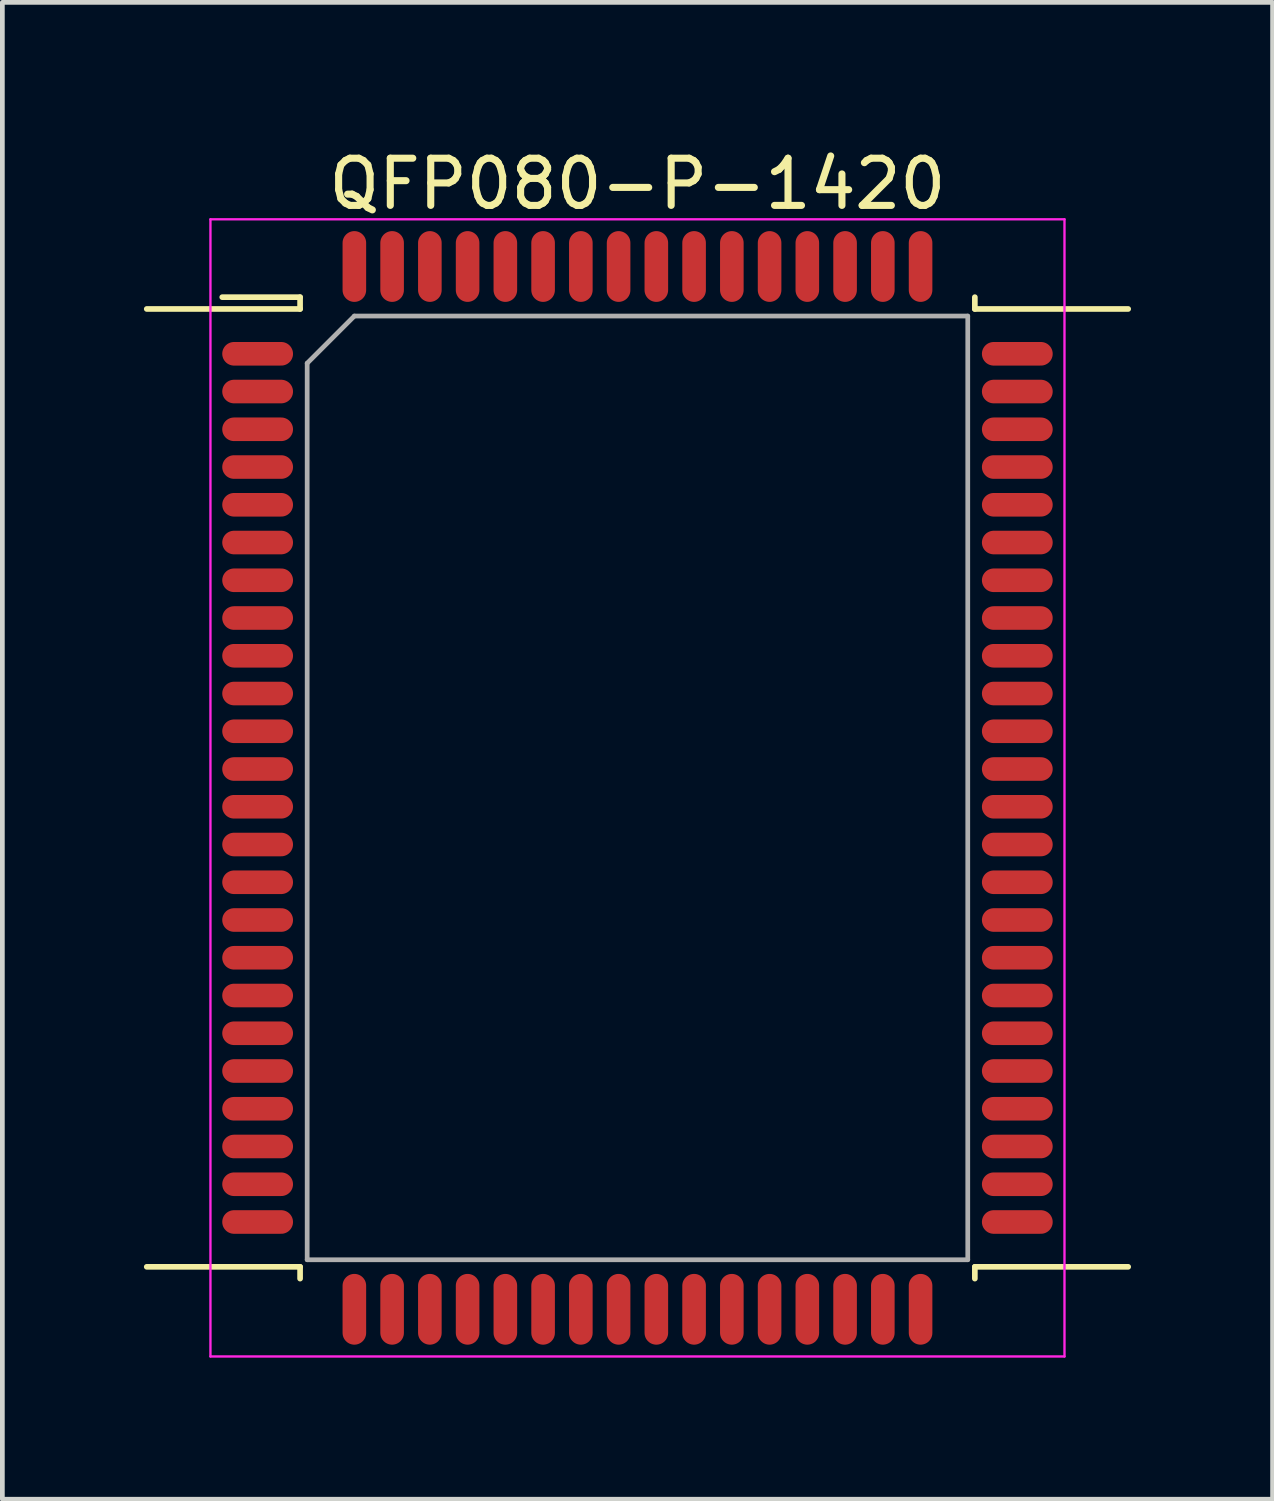
<source format=kicad_pcb>
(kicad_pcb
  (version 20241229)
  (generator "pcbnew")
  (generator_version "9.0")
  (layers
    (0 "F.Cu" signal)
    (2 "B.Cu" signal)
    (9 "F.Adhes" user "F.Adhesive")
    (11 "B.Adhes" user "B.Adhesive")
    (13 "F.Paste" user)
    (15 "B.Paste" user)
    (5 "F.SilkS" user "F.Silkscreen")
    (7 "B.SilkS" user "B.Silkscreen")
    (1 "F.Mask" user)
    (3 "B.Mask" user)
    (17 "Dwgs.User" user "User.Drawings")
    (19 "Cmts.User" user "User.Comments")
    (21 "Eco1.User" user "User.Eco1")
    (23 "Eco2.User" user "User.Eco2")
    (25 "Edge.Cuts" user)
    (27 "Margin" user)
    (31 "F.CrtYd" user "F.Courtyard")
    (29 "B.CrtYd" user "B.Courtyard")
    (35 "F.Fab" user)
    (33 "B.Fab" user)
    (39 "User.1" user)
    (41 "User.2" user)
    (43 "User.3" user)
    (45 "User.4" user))
  (footprint "QFP080-P-1420"
    (layer "F.Cu")
    (at 10.46 13.648)
    (property "Reference" "QFP080-P-1420" (at 0 -12.8 0) (layer "F.SilkS") (effects (font (size 1 1) (thickness 0.15))))
    (attr smd)
    (fp_line (start -10.4 -10.15) (end -7.15 -10.15) (stroke (width 0.12) (type default)) (layer "F.SilkS"))
    (fp_line (start -10.4 10.15) (end -7.15 10.15) (stroke (width 0.12) (type default)) (layer "F.SilkS"))
    (fp_line (start -7.15 -10.4) (end -8.8 -10.4) (stroke (width 0.12) (type default)) (layer "F.SilkS"))
    (fp_line (start -7.15 -10.15) (end -7.15 -10.4) (stroke (width 0.12) (type default)) (layer "F.SilkS"))
    (fp_line (start -7.15 10.15) (end -7.15 10.4) (stroke (width 0.12) (type default)) (layer "F.SilkS"))
    (fp_line (start 7.15 -10.15) (end 7.15 -10.4) (stroke (width 0.12) (type default)) (layer "F.SilkS"))
    (fp_line (start 7.15 10.15) (end 7.15 10.4) (stroke (width 0.12) (type default)) (layer "F.SilkS"))
    (fp_line (start 10.4 -10.15) (end 7.15 -10.15) (stroke (width 0.12) (type default)) (layer "F.SilkS"))
    (fp_line (start 10.4 10.15) (end 7.15 10.15) (stroke (width 0.12) (type default)) (layer "F.SilkS"))
    (fp_line (start -9.05 -12.05) (end 9.05 -12.05) (stroke (width 0.05) (type default)) (layer "F.CrtYd"))
    (fp_line (start -9.05 12.05) (end -9.05 -12.05) (stroke (width 0.05) (type default)) (layer "F.CrtYd"))
    (fp_line (start 9.05 -12.05) (end 9.05 12.05) (stroke (width 0.05) (type default)) (layer "F.CrtYd"))
    (fp_line (start 9.05 12.05) (end -9.05 12.05) (stroke (width 0.05) (type default)) (layer "F.CrtYd"))
    (fp_line (start -7 -9) (end -7 10) (stroke (width 0.1) (type default)) (layer "F.Fab"))
    (fp_line (start -7 10) (end 7 10) (stroke (width 0.1) (type default)) (layer "F.Fab"))
    (fp_line (start -6 -10) (end -7 -9) (stroke (width 0.1) (type default)) (layer "F.Fab"))
    (fp_line (start 7 -10) (end -6 -10) (stroke (width 0.1) (type default)) (layer "F.Fab"))
    (fp_line (start 7 10) (end 7 -10) (stroke (width 0.1) (type default)) (layer "F.Fab"))
    (pad "1" smd oval (at -8.05 -9.2 90) (size 0.5 1.5) (layers "F.Cu" "F.Mask" "F.Paste"))
    (pad "2" smd oval (at -8.05 -8.4 90) (size 0.5 1.5) (layers "F.Cu" "F.Mask" "F.Paste"))
    (pad "3" smd oval (at -8.05 -7.6 90) (size 0.5 1.5) (layers "F.Cu" "F.Mask" "F.Paste"))
    (pad "4" smd oval (at -8.05 -6.8 90) (size 0.5 1.5) (layers "F.Cu" "F.Mask" "F.Paste"))
    (pad "5" smd oval (at -8.05 -6 90) (size 0.5 1.5) (layers "F.Cu" "F.Mask" "F.Paste"))
    (pad "6" smd oval (at -8.05 -5.2 90) (size 0.5 1.5) (layers "F.Cu" "F.Mask" "F.Paste"))
    (pad "7" smd oval (at -8.05 -4.4 90) (size 0.5 1.5) (layers "F.Cu" "F.Mask" "F.Paste"))
    (pad "8" smd oval (at -8.05 -3.6 90) (size 0.5 1.5) (layers "F.Cu" "F.Mask" "F.Paste"))
    (pad "9" smd oval (at -8.05 -2.8 90) (size 0.5 1.5) (layers "F.Cu" "F.Mask" "F.Paste"))
    (pad "10" smd oval (at -8.05 -2 90) (size 0.5 1.5) (layers "F.Cu" "F.Mask" "F.Paste"))
    (pad "11" smd oval (at -8.05 -1.2 90) (size 0.5 1.5) (layers "F.Cu" "F.Mask" "F.Paste"))
    (pad "12" smd oval (at -8.05 -0.4 90) (size 0.5 1.5) (layers "F.Cu" "F.Mask" "F.Paste"))
    (pad "13" smd oval (at -8.05 0.4 90) (size 0.5 1.5) (layers "F.Cu" "F.Mask" "F.Paste"))
    (pad "14" smd oval (at -8.05 1.2 90) (size 0.5 1.5) (layers "F.Cu" "F.Mask" "F.Paste"))
    (pad "15" smd oval (at -8.05 2 90) (size 0.5 1.5) (layers "F.Cu" "F.Mask" "F.Paste"))
    (pad "16" smd oval (at -8.05 2.8 90) (size 0.5 1.5) (layers "F.Cu" "F.Mask" "F.Paste"))
    (pad "17" smd oval (at -8.05 3.6 90) (size 0.5 1.5) (layers "F.Cu" "F.Mask" "F.Paste"))
    (pad "18" smd oval (at -8.05 4.4 90) (size 0.5 1.5) (layers "F.Cu" "F.Mask" "F.Paste"))
    (pad "19" smd oval (at -8.05 5.2 90) (size 0.5 1.5) (layers "F.Cu" "F.Mask" "F.Paste"))
    (pad "20" smd oval (at -8.05 6 90) (size 0.5 1.5) (layers "F.Cu" "F.Mask" "F.Paste"))
    (pad "21" smd oval (at -8.05 6.8 90) (size 0.5 1.5) (layers "F.Cu" "F.Mask" "F.Paste"))
    (pad "22" smd oval (at -8.05 7.6 90) (size 0.5 1.5) (layers "F.Cu" "F.Mask" "F.Paste"))
    (pad "23" smd oval (at -8.05 8.4 90) (size 0.5 1.5) (layers "F.Cu" "F.Mask" "F.Paste"))
    (pad "24" smd oval (at -8.05 9.2 90) (size 0.5 1.5) (layers "F.Cu" "F.Mask" "F.Paste"))
    (pad "25" smd oval (at -6 11.05 180) (size 0.5 1.5) (layers "F.Cu" "F.Mask" "F.Paste"))
    (pad "26" smd oval (at -5.2 11.05) (size 0.5 1.5) (layers "F.Cu" "F.Mask" "F.Paste"))
    (pad "27" smd oval (at -4.4 11.05) (size 0.5 1.5) (layers "F.Cu" "F.Mask" "F.Paste"))
    (pad "28" smd oval (at -3.6 11.05) (size 0.5 1.5) (layers "F.Cu" "F.Mask" "F.Paste"))
    (pad "29" smd oval (at -2.8 11.05) (size 0.5 1.5) (layers "F.Cu" "F.Mask" "F.Paste"))
    (pad "30" smd oval (at -2 11.05) (size 0.5 1.5) (layers "F.Cu" "F.Mask" "F.Paste"))
    (pad "31" smd oval (at -1.2 11.05) (size 0.5 1.5) (layers "F.Cu" "F.Mask" "F.Paste"))
    (pad "32" smd oval (at -0.4 11.05) (size 0.5 1.5) (layers "F.Cu" "F.Mask" "F.Paste"))
    (pad "33" smd oval (at 0.4 11.05) (size 0.5 1.5) (layers "F.Cu" "F.Mask" "F.Paste"))
    (pad "34" smd oval (at 1.2 11.05) (size 0.5 1.5) (layers "F.Cu" "F.Mask" "F.Paste"))
    (pad "35" smd oval (at 2 11.05) (size 0.5 1.5) (layers "F.Cu" "F.Mask" "F.Paste"))
    (pad "36" smd oval (at 2.8 11.05) (size 0.5 1.5) (layers "F.Cu" "F.Mask" "F.Paste"))
    (pad "37" smd oval (at 3.6 11.05) (size 0.5 1.5) (layers "F.Cu" "F.Mask" "F.Paste"))
    (pad "38" smd oval (at 4.4 11.05) (size 0.5 1.5) (layers "F.Cu" "F.Mask" "F.Paste"))
    (pad "39" smd oval (at 5.2 11.05) (size 0.5 1.5) (layers "F.Cu" "F.Mask" "F.Paste"))
    (pad "40" smd oval (at 6 11.05) (size 0.5 1.5) (layers "F.Cu" "F.Mask" "F.Paste"))
    (pad "41" smd oval (at 8.05 9.2 90) (size 0.5 1.5) (layers "F.Cu" "F.Mask" "F.Paste"))
    (pad "42" smd oval (at 8.05 8.4 90) (size 0.5 1.5) (layers "F.Cu" "F.Mask" "F.Paste"))
    (pad "43" smd oval (at 8.05 7.6 90) (size 0.5 1.5) (layers "F.Cu" "F.Mask" "F.Paste"))
    (pad "44" smd oval (at 8.05 6.8 90) (size 0.5 1.5) (layers "F.Cu" "F.Mask" "F.Paste"))
    (pad "45" smd oval (at 8.05 6 90) (size 0.5 1.5) (layers "F.Cu" "F.Mask" "F.Paste"))
    (pad "46" smd oval (at 8.05 5.2 90) (size 0.5 1.5) (layers "F.Cu" "F.Mask" "F.Paste"))
    (pad "47" smd oval (at 8.05 4.4 90) (size 0.5 1.5) (layers "F.Cu" "F.Mask" "F.Paste"))
    (pad "48" smd oval (at 8.05 3.6 90) (size 0.5 1.5) (layers "F.Cu" "F.Mask" "F.Paste"))
    (pad "49" smd oval (at 8.05 2.8 90) (size 0.5 1.5) (layers "F.Cu" "F.Mask" "F.Paste"))
    (pad "50" smd oval (at 8.05 2 90) (size 0.5 1.5) (layers "F.Cu" "F.Mask" "F.Paste"))
    (pad "51" smd oval (at 8.05 1.2 90) (size 0.5 1.5) (layers "F.Cu" "F.Mask" "F.Paste"))
    (pad "52" smd oval (at 8.05 0.4 90) (size 0.5 1.5) (layers "F.Cu" "F.Mask" "F.Paste"))
    (pad "53" smd oval (at 8.05 -0.4 90) (size 0.5 1.5) (layers "F.Cu" "F.Mask" "F.Paste"))
    (pad "54" smd oval (at 8.05 -1.2 90) (size 0.5 1.5) (layers "F.Cu" "F.Mask" "F.Paste"))
    (pad "55" smd oval (at 8.05 -2 90) (size 0.5 1.5) (layers "F.Cu" "F.Mask" "F.Paste"))
    (pad "56" smd oval (at 8.05 -2.8 90) (size 0.5 1.5) (layers "F.Cu" "F.Mask" "F.Paste"))
    (pad "57" smd oval (at 8.05 -3.6 90) (size 0.5 1.5) (layers "F.Cu" "F.Mask" "F.Paste"))
    (pad "58" smd oval (at 8.05 -4.4 90) (size 0.5 1.5) (layers "F.Cu" "F.Mask" "F.Paste"))
    (pad "59" smd oval (at 8.05 -5.2 90) (size 0.5 1.5) (layers "F.Cu" "F.Mask" "F.Paste"))
    (pad "60" smd oval (at 8.05 -6 90) (size 0.5 1.5) (layers "F.Cu" "F.Mask" "F.Paste"))
    (pad "61" smd oval (at 8.05 -6.8 90) (size 0.5 1.5) (layers "F.Cu" "F.Mask" "F.Paste"))
    (pad "62" smd oval (at 8.05 -7.6 90) (size 0.5 1.5) (layers "F.Cu" "F.Mask" "F.Paste"))
    (pad "63" smd oval (at 8.05 -8.4 90) (size 0.5 1.5) (layers "F.Cu" "F.Mask" "F.Paste"))
    (pad "64" smd oval (at 8.05 -9.2 90) (size 0.5 1.5) (layers "F.Cu" "F.Mask" "F.Paste"))
    (pad "65" smd oval (at 6 -11.05 180) (size 0.5 1.5) (layers "F.Cu" "F.Mask" "F.Paste"))
    (pad "66" smd oval (at 5.2 -11.05 180) (size 0.5 1.5) (layers "F.Cu" "F.Mask" "F.Paste"))
    (pad "67" smd oval (at 4.4 -11.05 180) (size 0.5 1.5) (layers "F.Cu" "F.Mask" "F.Paste"))
    (pad "68" smd oval (at 3.6 -11.05 180) (size 0.5 1.5) (layers "F.Cu" "F.Mask" "F.Paste"))
    (pad "69" smd oval (at 2.8 -11.05 180) (size 0.5 1.5) (layers "F.Cu" "F.Mask" "F.Paste"))
    (pad "70" smd oval (at 2 -11.05 180) (size 0.5 1.5) (layers "F.Cu" "F.Mask" "F.Paste"))
    (pad "71" smd oval (at 1.2 -11.05 180) (size 0.5 1.5) (layers "F.Cu" "F.Mask" "F.Paste"))
    (pad "72" smd oval (at 0.4 -11.05 180) (size 0.5 1.5) (layers "F.Cu" "F.Mask" "F.Paste"))
    (pad "73" smd oval (at -0.4 -11.05 180) (size 0.5 1.5) (layers "F.Cu" "F.Mask" "F.Paste"))
    (pad "74" smd oval (at -1.2 -11.05 180) (size 0.5 1.5) (layers "F.Cu" "F.Mask" "F.Paste"))
    (pad "75" smd oval (at -2 -11.05 180) (size 0.5 1.5) (layers "F.Cu" "F.Mask" "F.Paste"))
    (pad "76" smd oval (at -2.8 -11.05) (size 0.5 1.5) (layers "F.Cu" "F.Mask" "F.Paste"))
    (pad "77" smd oval (at -3.6 -11.05) (size 0.5 1.5) (layers "F.Cu" "F.Mask" "F.Paste"))
    (pad "78" smd oval (at -4.4 -11.05) (size 0.5 1.5) (layers "F.Cu" "F.Mask" "F.Paste"))
    (pad "79" smd oval (at -5.2 -11.05) (size 0.5 1.5) (layers "F.Cu" "F.Mask" "F.Paste"))
    (pad "80" smd oval (at -6 -11.05) (size 0.5 1.5) (layers "F.Cu" "F.Mask" "F.Paste")))
  (gr_rect
    (start -3 -3)
    (end 23.92 28.723)
    (stroke (width 0.1) (type default))
    (fill no)
    (layer "Edge.Cuts")))
</source>
